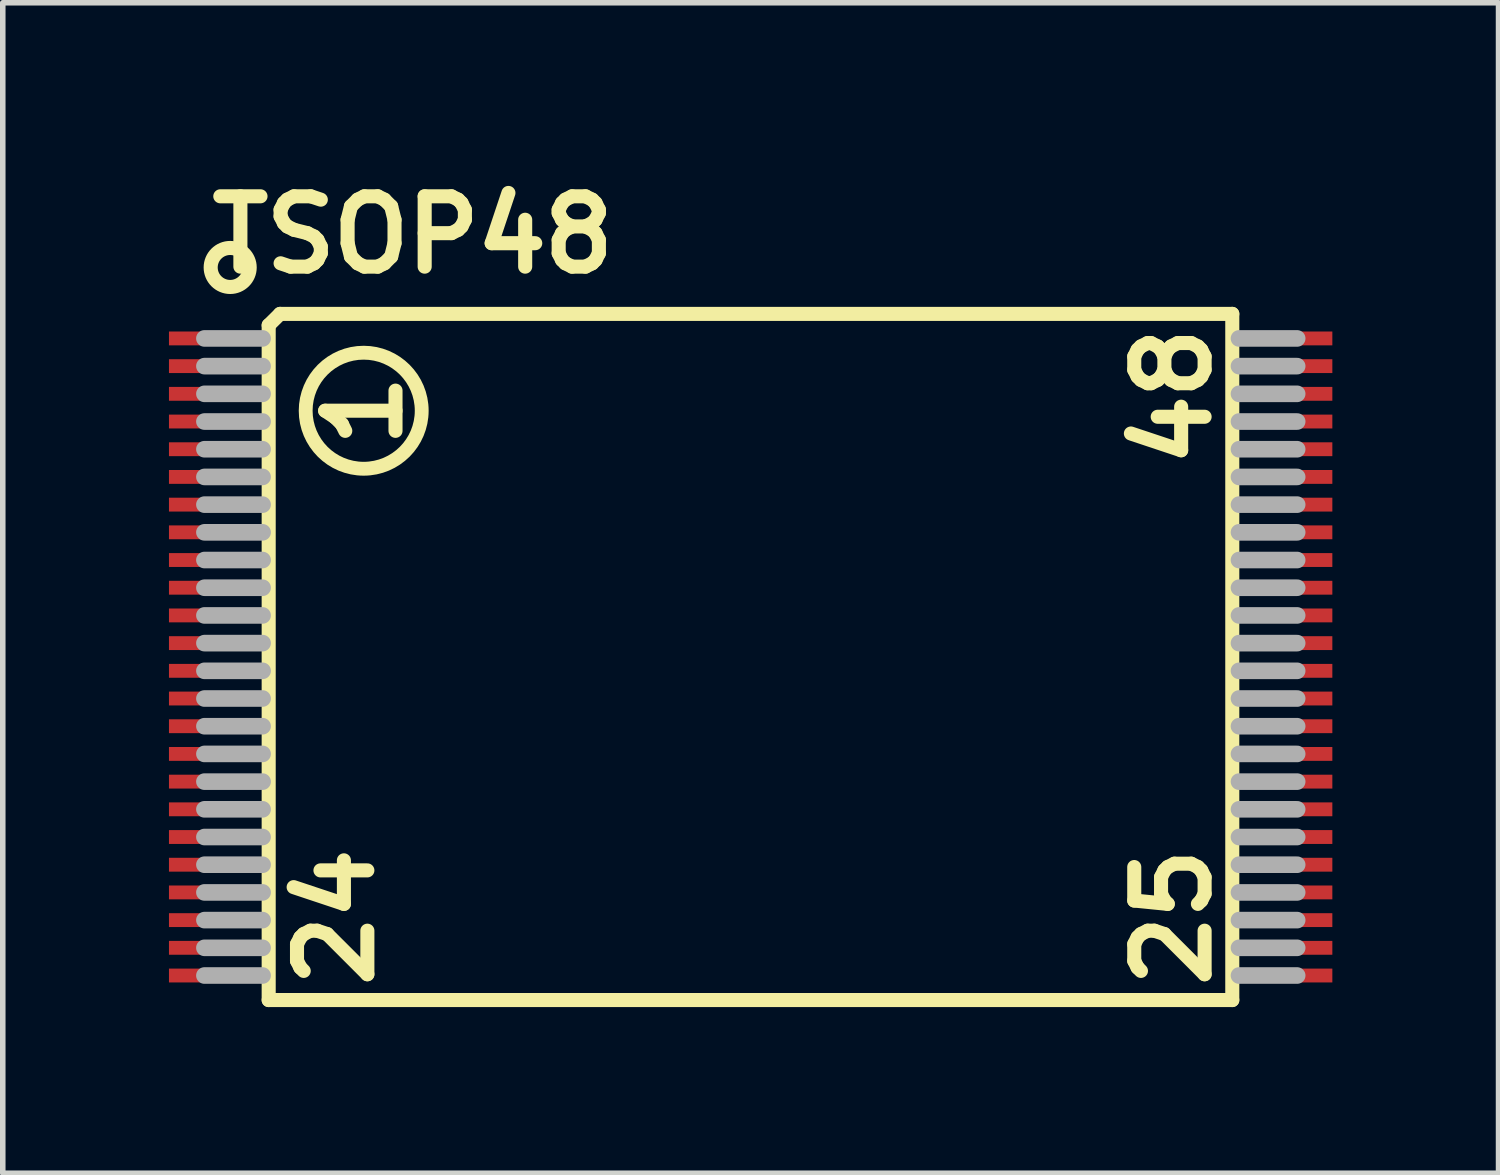
<source format=kicad_pcb>
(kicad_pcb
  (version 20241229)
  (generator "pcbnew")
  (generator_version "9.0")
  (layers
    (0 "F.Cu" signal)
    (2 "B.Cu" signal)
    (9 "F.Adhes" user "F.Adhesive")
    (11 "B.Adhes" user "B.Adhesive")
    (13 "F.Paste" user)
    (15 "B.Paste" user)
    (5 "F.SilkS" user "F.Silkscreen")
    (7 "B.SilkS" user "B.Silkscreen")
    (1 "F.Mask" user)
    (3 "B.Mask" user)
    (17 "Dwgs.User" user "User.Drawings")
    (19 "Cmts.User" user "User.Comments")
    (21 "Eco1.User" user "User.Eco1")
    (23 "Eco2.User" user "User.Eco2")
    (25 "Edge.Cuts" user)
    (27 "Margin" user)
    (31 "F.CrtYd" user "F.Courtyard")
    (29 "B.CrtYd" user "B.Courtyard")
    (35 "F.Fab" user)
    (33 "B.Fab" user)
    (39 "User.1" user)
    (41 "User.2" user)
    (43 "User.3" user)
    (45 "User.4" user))
  (footprint "TSOP48"
    (layer "F.Cu")
    (at 10.5 8.809)
    (property "Reference" "TSOP48" (at -6.096 -7.62 0) (layer "F.SilkS") (effects (font (size 1.27 1.27) (thickness 0.254))))
    (attr smd)
    (fp_line (start -8.7 -5.989) (end -8.494 -6.193) (stroke (width 0.254) (type solid)) (layer "F.SilkS"))
    (fp_line (start -8.7 6.193) (end -8.7 -5.989) (stroke (width 0.254) (type solid)) (layer "F.SilkS"))
    (fp_line (start -8.494 -6.193) (end 8.694 -6.193) (stroke (width 0.254) (type solid)) (layer "F.SilkS"))
    (fp_line (start 8.694 -6.193) (end 8.694 6.193) (stroke (width 0.254) (type solid)) (layer "F.SilkS"))
    (fp_line (start 8.694 6.193) (end -8.7 6.193) (stroke (width 0.254) (type solid)) (layer "F.SilkS"))
    (fp_circle (center -9.395 -7.031) (end -9.644 -7.28) (stroke (width 0.254) (type solid)) (fill no) (layer "F.SilkS"))
    (fp_circle (center -6.985 -4.445) (end -5.969 -4.699) (stroke (width 0.25) (type solid)) (fill no) (layer "F.SilkS"))
    (fp_line (start -9.86 -5.75) (end -8.81 -5.75) (stroke (width 0.3) (type solid)) (layer "F.Fab"))
    (fp_line (start -9.86 -5.25) (end -8.81 -5.25) (stroke (width 0.3) (type solid)) (layer "F.Fab"))
    (fp_line (start -9.86 -4.75) (end -8.81 -4.75) (stroke (width 0.3) (type solid)) (layer "F.Fab"))
    (fp_line (start -9.86 -4.25) (end -8.81 -4.25) (stroke (width 0.3) (type solid)) (layer "F.Fab"))
    (fp_line (start -9.86 -3.75) (end -8.81 -3.75) (stroke (width 0.3) (type solid)) (layer "F.Fab"))
    (fp_line (start -9.86 -3.25) (end -8.81 -3.25) (stroke (width 0.3) (type solid)) (layer "F.Fab"))
    (fp_line (start -9.86 -2.75) (end -8.81 -2.75) (stroke (width 0.3) (type solid)) (layer "F.Fab"))
    (fp_line (start -9.86 -2.25) (end -8.81 -2.25) (stroke (width 0.3) (type solid)) (layer "F.Fab"))
    (fp_line (start -9.86 -1.75) (end -8.81 -1.75) (stroke (width 0.3) (type solid)) (layer "F.Fab"))
    (fp_line (start -9.86 -1.25) (end -8.81 -1.25) (stroke (width 0.3) (type solid)) (layer "F.Fab"))
    (fp_line (start -9.86 -0.75) (end -8.81 -0.75) (stroke (width 0.3) (type solid)) (layer "F.Fab"))
    (fp_line (start -9.86 -0.25) (end -8.81 -0.25) (stroke (width 0.3) (type solid)) (layer "F.Fab"))
    (fp_line (start -9.86 0.25) (end -8.81 0.25) (stroke (width 0.3) (type solid)) (layer "F.Fab"))
    (fp_line (start -9.86 0.75) (end -8.81 0.75) (stroke (width 0.3) (type solid)) (layer "F.Fab"))
    (fp_line (start -9.86 1.25) (end -8.81 1.25) (stroke (width 0.3) (type solid)) (layer "F.Fab"))
    (fp_line (start -9.86 1.75) (end -8.81 1.75) (stroke (width 0.3) (type solid)) (layer "F.Fab"))
    (fp_line (start -9.86 2.25) (end -8.81 2.25) (stroke (width 0.3) (type solid)) (layer "F.Fab"))
    (fp_line (start -9.86 2.75) (end -8.81 2.75) (stroke (width 0.3) (type solid)) (layer "F.Fab"))
    (fp_line (start -9.86 3.25) (end -8.81 3.25) (stroke (width 0.3) (type solid)) (layer "F.Fab"))
    (fp_line (start -9.86 3.75) (end -8.81 3.75) (stroke (width 0.3) (type solid)) (layer "F.Fab"))
    (fp_line (start -9.86 4.25) (end -8.81 4.25) (stroke (width 0.3) (type solid)) (layer "F.Fab"))
    (fp_line (start -9.86 4.75) (end -8.81 4.75) (stroke (width 0.3) (type solid)) (layer "F.Fab"))
    (fp_line (start -9.86 5.25) (end -8.81 5.25) (stroke (width 0.3) (type solid)) (layer "F.Fab"))
    (fp_line (start -9.86 5.75) (end -8.81 5.75) (stroke (width 0.3) (type solid)) (layer "F.Fab"))
    (fp_line (start 8.815 -5.75) (end 9.865 -5.75) (stroke (width 0.3) (type solid)) (layer "F.Fab"))
    (fp_line (start 8.815 -5.25) (end 9.865 -5.25) (stroke (width 0.3) (type solid)) (layer "F.Fab"))
    (fp_line (start 8.815 -4.75) (end 9.865 -4.75) (stroke (width 0.3) (type solid)) (layer "F.Fab"))
    (fp_line (start 8.815 -4.25) (end 9.865 -4.25) (stroke (width 0.3) (type solid)) (layer "F.Fab"))
    (fp_line (start 8.815 -3.75) (end 9.865 -3.75) (stroke (width 0.3) (type solid)) (layer "F.Fab"))
    (fp_line (start 8.815 -3.25) (end 9.865 -3.25) (stroke (width 0.3) (type solid)) (layer "F.Fab"))
    (fp_line (start 8.815 -2.75) (end 9.865 -2.75) (stroke (width 0.3) (type solid)) (layer "F.Fab"))
    (fp_line (start 8.815 -2.25) (end 9.865 -2.25) (stroke (width 0.3) (type solid)) (layer "F.Fab"))
    (fp_line (start 8.815 -1.75) (end 9.865 -1.75) (stroke (width 0.3) (type solid)) (layer "F.Fab"))
    (fp_line (start 8.815 -1.25) (end 9.865 -1.25) (stroke (width 0.3) (type solid)) (layer "F.Fab"))
    (fp_line (start 8.815 -0.75) (end 9.865 -0.75) (stroke (width 0.3) (type solid)) (layer "F.Fab"))
    (fp_line (start 8.815 -0.25) (end 9.865 -0.25) (stroke (width 0.3) (type solid)) (layer "F.Fab"))
    (fp_line (start 8.815 0.25) (end 9.865 0.25) (stroke (width 0.3) (type solid)) (layer "F.Fab"))
    (fp_line (start 8.815 0.75) (end 9.865 0.75) (stroke (width 0.3) (type solid)) (layer "F.Fab"))
    (fp_line (start 8.815 1.25) (end 9.865 1.25) (stroke (width 0.3) (type solid)) (layer "F.Fab"))
    (fp_line (start 8.815 1.75) (end 9.865 1.75) (stroke (width 0.3) (type solid)) (layer "F.Fab"))
    (fp_line (start 8.815 2.25) (end 9.865 2.25) (stroke (width 0.3) (type solid)) (layer "F.Fab"))
    (fp_line (start 8.815 2.75) (end 9.865 2.75) (stroke (width 0.3) (type solid)) (layer "F.Fab"))
    (fp_line (start 8.815 3.25) (end 9.865 3.25) (stroke (width 0.3) (type solid)) (layer "F.Fab"))
    (fp_line (start 8.815 3.75) (end 9.865 3.75) (stroke (width 0.3) (type solid)) (layer "F.Fab"))
    (fp_line (start 8.815 4.25) (end 9.865 4.25) (stroke (width 0.3) (type solid)) (layer "F.Fab"))
    (fp_line (start 8.815 4.75) (end 9.865 4.75) (stroke (width 0.3) (type solid)) (layer "F.Fab"))
    (fp_line (start 8.815 5.25) (end 9.865 5.25) (stroke (width 0.3) (type solid)) (layer "F.Fab"))
    (fp_line (start 8.815 5.75) (end 9.865 5.75) (stroke (width 0.3) (type solid)) (layer "F.Fab"))
    (fp_text user "24" (at -7.493 4.699 90) (layer "F.SilkS") (effects (font (size 1.27 1.27) (thickness 0.254))))
    (fp_text user "1" (at -6.985 -4.445 90) (layer "F.SilkS") (effects (font (size 1.27 1.27) (thickness 0.254))))
    (fp_text user "48" (at 7.62 -4.699 90) (layer "F.SilkS") (effects (font (size 1.27 1.27) (thickness 0.254))))
    (fp_text user "25" (at 7.62 4.699 90) (layer "F.SilkS") (effects (font (size 1.27 1.27) (thickness 0.254))))
    (pad "1" smd rect (at -9.9 -5.75 270) (size 0.25 1.2) (layers "F.Cu" "F.Mask" "F.Paste"))
    (pad "2" smd rect (at -9.9 -5.25 270) (size 0.25 1.2) (layers "F.Cu" "F.Mask" "F.Paste"))
    (pad "3" smd rect (at -9.9 -4.75 270) (size 0.25 1.2) (layers "F.Cu" "F.Mask" "F.Paste"))
    (pad "4" smd rect (at -9.9 -4.25 270) (size 0.25 1.2) (layers "F.Cu" "F.Mask" "F.Paste"))
    (pad "5" smd rect (at -9.9 -3.75 270) (size 0.25 1.2) (layers "F.Cu" "F.Mask" "F.Paste"))
    (pad "6" smd rect (at -9.9 -3.25 270) (size 0.25 1.2) (layers "F.Cu" "F.Mask" "F.Paste"))
    (pad "7" smd rect (at -9.9 -2.75 270) (size 0.25 1.2) (layers "F.Cu" "F.Mask" "F.Paste"))
    (pad "8" smd rect (at -9.9 -2.25 270) (size 0.25 1.2) (layers "F.Cu" "F.Mask" "F.Paste"))
    (pad "9" smd rect (at -9.9 -1.75 270) (size 0.25 1.2) (layers "F.Cu" "F.Mask" "F.Paste"))
    (pad "10" smd rect (at -9.9 -1.25 270) (size 0.25 1.2) (layers "F.Cu" "F.Mask" "F.Paste"))
    (pad "11" smd rect (at -9.9 -0.75 270) (size 0.25 1.2) (layers "F.Cu" "F.Mask" "F.Paste"))
    (pad "12" smd rect (at -9.9 -0.25 270) (size 0.25 1.2) (layers "F.Cu" "F.Mask" "F.Paste"))
    (pad "13" smd rect (at -9.9 0.25 270) (size 0.25 1.2) (layers "F.Cu" "F.Mask" "F.Paste"))
    (pad "14" smd rect (at -9.9 0.75 270) (size 0.25 1.2) (layers "F.Cu" "F.Mask" "F.Paste"))
    (pad "15" smd rect (at -9.9 1.25 270) (size 0.25 1.2) (layers "F.Cu" "F.Mask" "F.Paste"))
    (pad "16" smd rect (at -9.9 1.75 270) (size 0.25 1.2) (layers "F.Cu" "F.Mask" "F.Paste"))
    (pad "17" smd rect (at -9.9 2.25 270) (size 0.25 1.2) (layers "F.Cu" "F.Mask" "F.Paste"))
    (pad "18" smd rect (at -9.9 2.75 270) (size 0.25 1.2) (layers "F.Cu" "F.Mask" "F.Paste"))
    (pad "19" smd rect (at -9.9 3.25 270) (size 0.25 1.2) (layers "F.Cu" "F.Mask" "F.Paste"))
    (pad "20" smd rect (at -9.9 3.75 270) (size 0.25 1.2) (layers "F.Cu" "F.Mask" "F.Paste"))
    (pad "21" smd rect (at -9.9 4.25 270) (size 0.25 1.2) (layers "F.Cu" "F.Mask" "F.Paste"))
    (pad "22" smd rect (at -9.9 4.75 270) (size 0.25 1.2) (layers "F.Cu" "F.Mask" "F.Paste"))
    (pad "23" smd rect (at -9.9 5.25 270) (size 0.25 1.2) (layers "F.Cu" "F.Mask" "F.Paste"))
    (pad "24" smd rect (at -9.9 5.75 270) (size 0.25 1.2) (layers "F.Cu" "F.Mask" "F.Paste"))
    (pad "25" smd rect (at 9.9 5.75 270) (size 0.25 1.2) (layers "F.Cu" "F.Mask" "F.Paste"))
    (pad "26" smd rect (at 9.9 5.25 270) (size 0.25 1.2) (layers "F.Cu" "F.Mask" "F.Paste"))
    (pad "27" smd rect (at 9.9 4.75 270) (size 0.25 1.2) (layers "F.Cu" "F.Mask" "F.Paste"))
    (pad "28" smd rect (at 9.9 4.25 270) (size 0.25 1.2) (layers "F.Cu" "F.Mask" "F.Paste"))
    (pad "29" smd rect (at 9.9 3.75 270) (size 0.25 1.2) (layers "F.Cu" "F.Mask" "F.Paste"))
    (pad "30" smd rect (at 9.9 3.25 270) (size 0.25 1.2) (layers "F.Cu" "F.Mask" "F.Paste"))
    (pad "31" smd rect (at 9.9 2.75 270) (size 0.25 1.2) (layers "F.Cu" "F.Mask" "F.Paste"))
    (pad "32" smd rect (at 9.9 2.25 270) (size 0.25 1.2) (layers "F.Cu" "F.Mask" "F.Paste"))
    (pad "33" smd rect (at 9.9 1.75 270) (size 0.25 1.2) (layers "F.Cu" "F.Mask" "F.Paste"))
    (pad "34" smd rect (at 9.9 1.25 270) (size 0.25 1.2) (layers "F.Cu" "F.Mask" "F.Paste"))
    (pad "35" smd rect (at 9.9 0.75 270) (size 0.25 1.2) (layers "F.Cu" "F.Mask" "F.Paste"))
    (pad "36" smd rect (at 9.9 0.25 270) (size 0.25 1.2) (layers "F.Cu" "F.Mask" "F.Paste"))
    (pad "37" smd rect (at 9.9 -0.25 270) (size 0.25 1.2) (layers "F.Cu" "F.Mask" "F.Paste"))
    (pad "38" smd rect (at 9.9 -0.75 270) (size 0.25 1.2) (layers "F.Cu" "F.Mask" "F.Paste"))
    (pad "39" smd rect (at 9.9 -1.25 270) (size 0.25 1.2) (layers "F.Cu" "F.Mask" "F.Paste"))
    (pad "40" smd rect (at 9.9 -1.75 270) (size 0.25 1.2) (layers "F.Cu" "F.Mask" "F.Paste"))
    (pad "41" smd rect (at 9.9 -2.25 270) (size 0.25 1.2) (layers "F.Cu" "F.Mask" "F.Paste"))
    (pad "42" smd rect (at 9.9 -2.75 270) (size 0.25 1.2) (layers "F.Cu" "F.Mask" "F.Paste"))
    (pad "43" smd rect (at 9.9 -3.25 270) (size 0.25 1.2) (layers "F.Cu" "F.Mask" "F.Paste"))
    (pad "44" smd rect (at 9.9 -3.75 270) (size 0.25 1.2) (layers "F.Cu" "F.Mask" "F.Paste"))
    (pad "45" smd rect (at 9.9 -4.25 270) (size 0.25 1.2) (layers "F.Cu" "F.Mask" "F.Paste"))
    (pad "46" smd rect (at 9.9 -4.75 270) (size 0.25 1.2) (layers "F.Cu" "F.Mask" "F.Paste"))
    (pad "47" smd rect (at 9.9 -5.25 270) (size 0.25 1.2) (layers "F.Cu" "F.Mask" "F.Paste"))
    (pad "48" smd rect (at 9.9 -5.75 270) (size 0.25 1.2) (layers "F.Cu" "F.Mask" "F.Paste")))
  (gr_rect
    (start -3 -3)
    (end 24 18.128)
    (stroke (width 0.1) (type default))
    (fill no)
    (layer "Edge.Cuts")))
</source>
